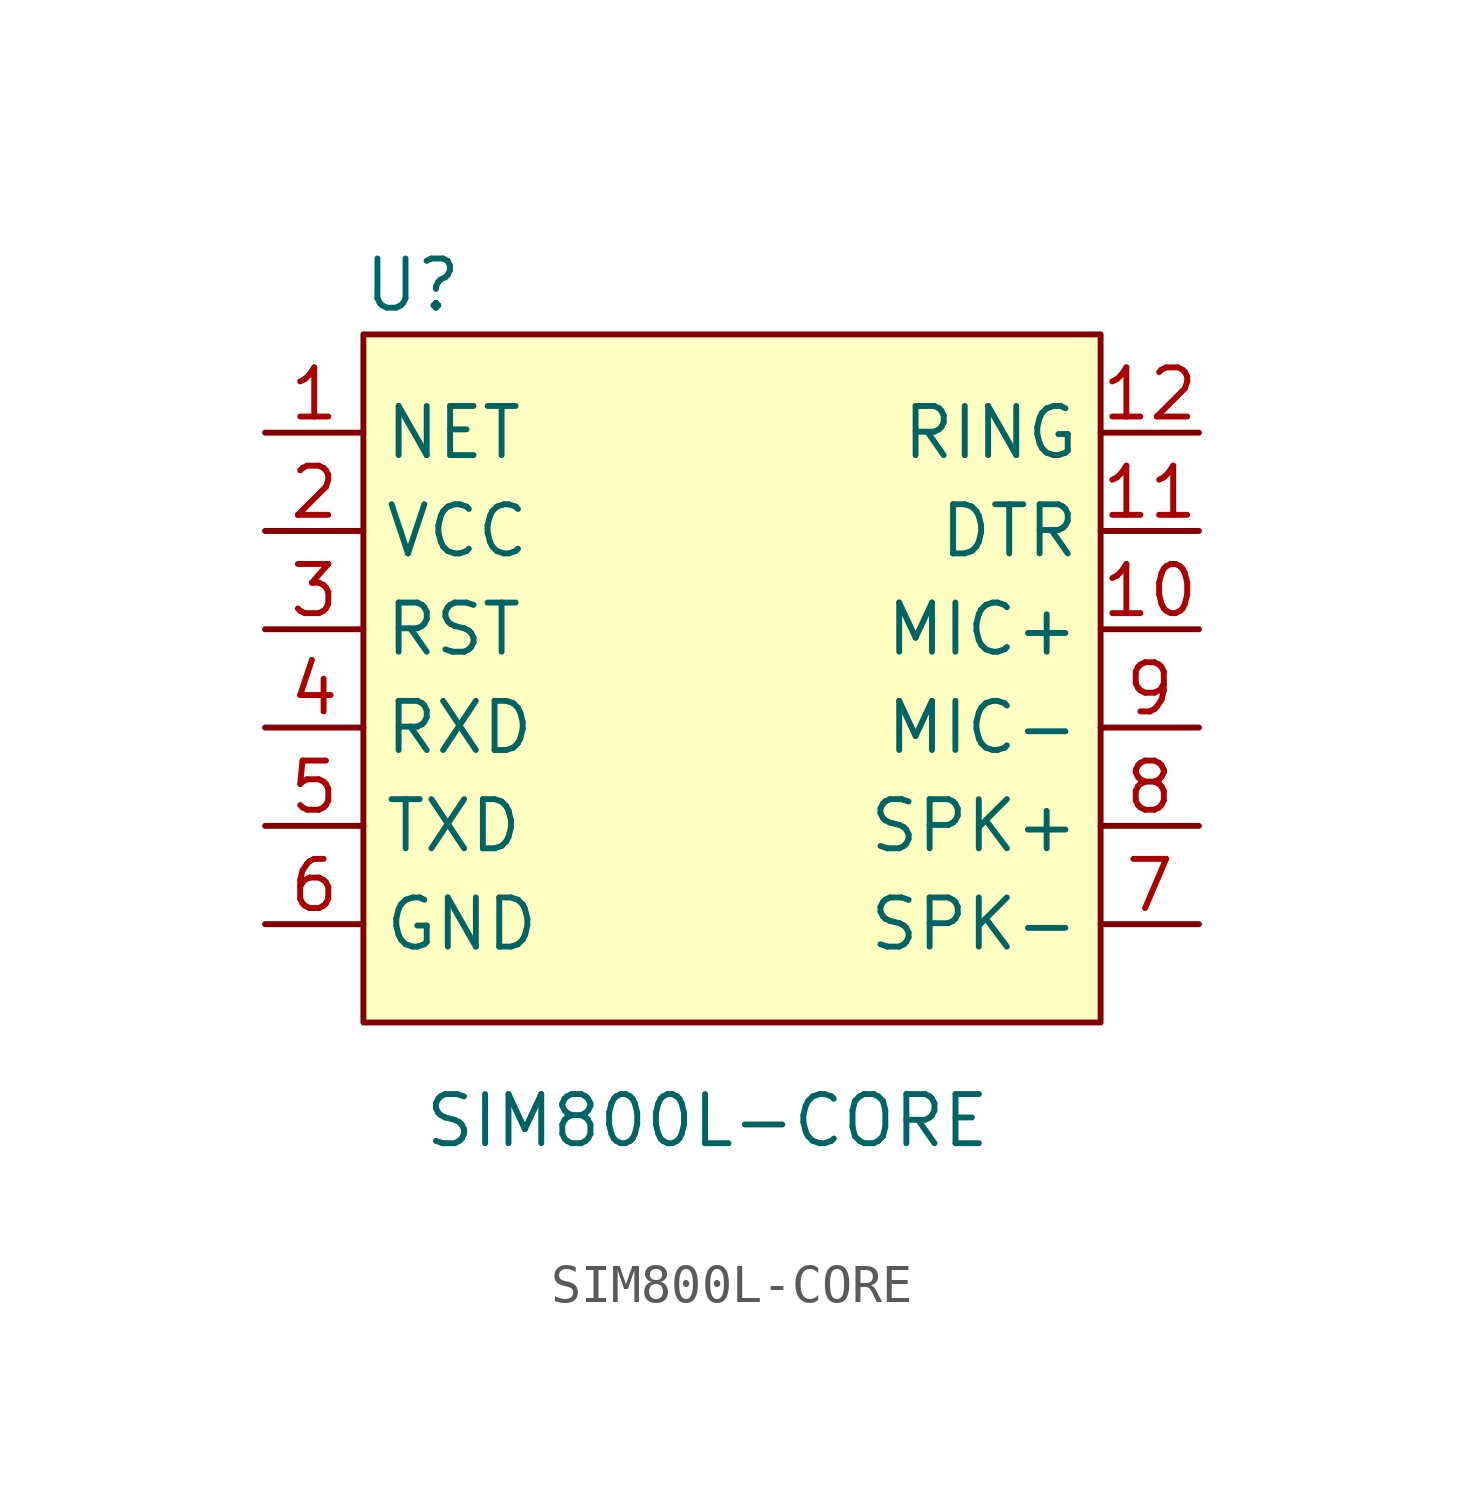
<source format=kicad_sym>
(kicad_symbol_lib
  (version 20210619)
  (generator kicad_symbol_editor)
  (symbol "electroShri:SIM800L-CORE"
    (property "Reference" "U"
      (at -7.62 8.89 0)
      (effects (font (size 1.27 1.27))))
    (property "Value" "SIM800L-CORE"
      (at 0 -12.7 0)
      (effects (font (size 1.27 1.27))))
    (symbol "SIM800L-CORE_0_1"
      (rectangle (start -8.89 7.62) (end 10.16 -10.16) (stroke (width 0.152)) (fill (type background))))
    (symbol "SIM800L-CORE_1_1"
      (pin bidirectional line (at -11.43 5.08 0) (length 2.54) (name "NET" (effects (font (size 1.27 1.27)))) (number "1" (effects (font (size 1.27 1.27)))))
      (pin output line (at 12.7 0 180) (length 2.54) (name "MIC+" (effects (font (size 1.27 1.27)))) (number "10" (effects (font (size 1.27 1.27)))))
      (pin passive line (at 12.7 2.54 180) (length 2.54) (name "DTR" (effects (font (size 1.27 1.27)))) (number "11" (effects (font (size 1.27 1.27)))))
      (pin output line (at 12.7 5.08 180) (length 2.54) (name "RING" (effects (font (size 1.27 1.27)))) (number "12" (effects (font (size 1.27 1.27)))))
      (pin power_in line (at -11.43 2.54 0) (length 2.54) (name "VCC" (effects (font (size 1.27 1.27)))) (number "2" (effects (font (size 1.27 1.27)))))
      (pin input line (at -11.43 0 0) (length 2.54) (name "RST" (effects (font (size 1.27 1.27)))) (number "3" (effects (font (size 1.27 1.27)))))
      (pin input line (at -11.43 -2.54 0) (length 2.54) (name "RXD" (effects (font (size 1.27 1.27)))) (number "4" (effects (font (size 1.27 1.27)))))
      (pin output line (at -11.43 -5.08 0) (length 2.54) (name "TXD" (effects (font (size 1.27 1.27)))) (number "5" (effects (font (size 1.27 1.27)))))
      (pin power_in line (at -11.43 -7.62 0) (length 2.54) (name "GND" (effects (font (size 1.27 1.27)))) (number "6" (effects (font (size 1.27 1.27)))))
      (pin output line (at 12.7 -7.62 180) (length 2.54) (name "SPK-" (effects (font (size 1.27 1.27)))) (number "7" (effects (font (size 1.27 1.27)))))
      (pin output line (at 12.7 -5.08 180) (length 2.54) (name "SPK+" (effects (font (size 1.27 1.27)))) (number "8" (effects (font (size 1.27 1.27)))))
      (pin output line (at 12.7 -2.54 180) (length 2.54) (name "MIC-" (effects (font (size 1.27 1.27)))) (number "9" (effects (font (size 1.27 1.27))))))))
</source>
